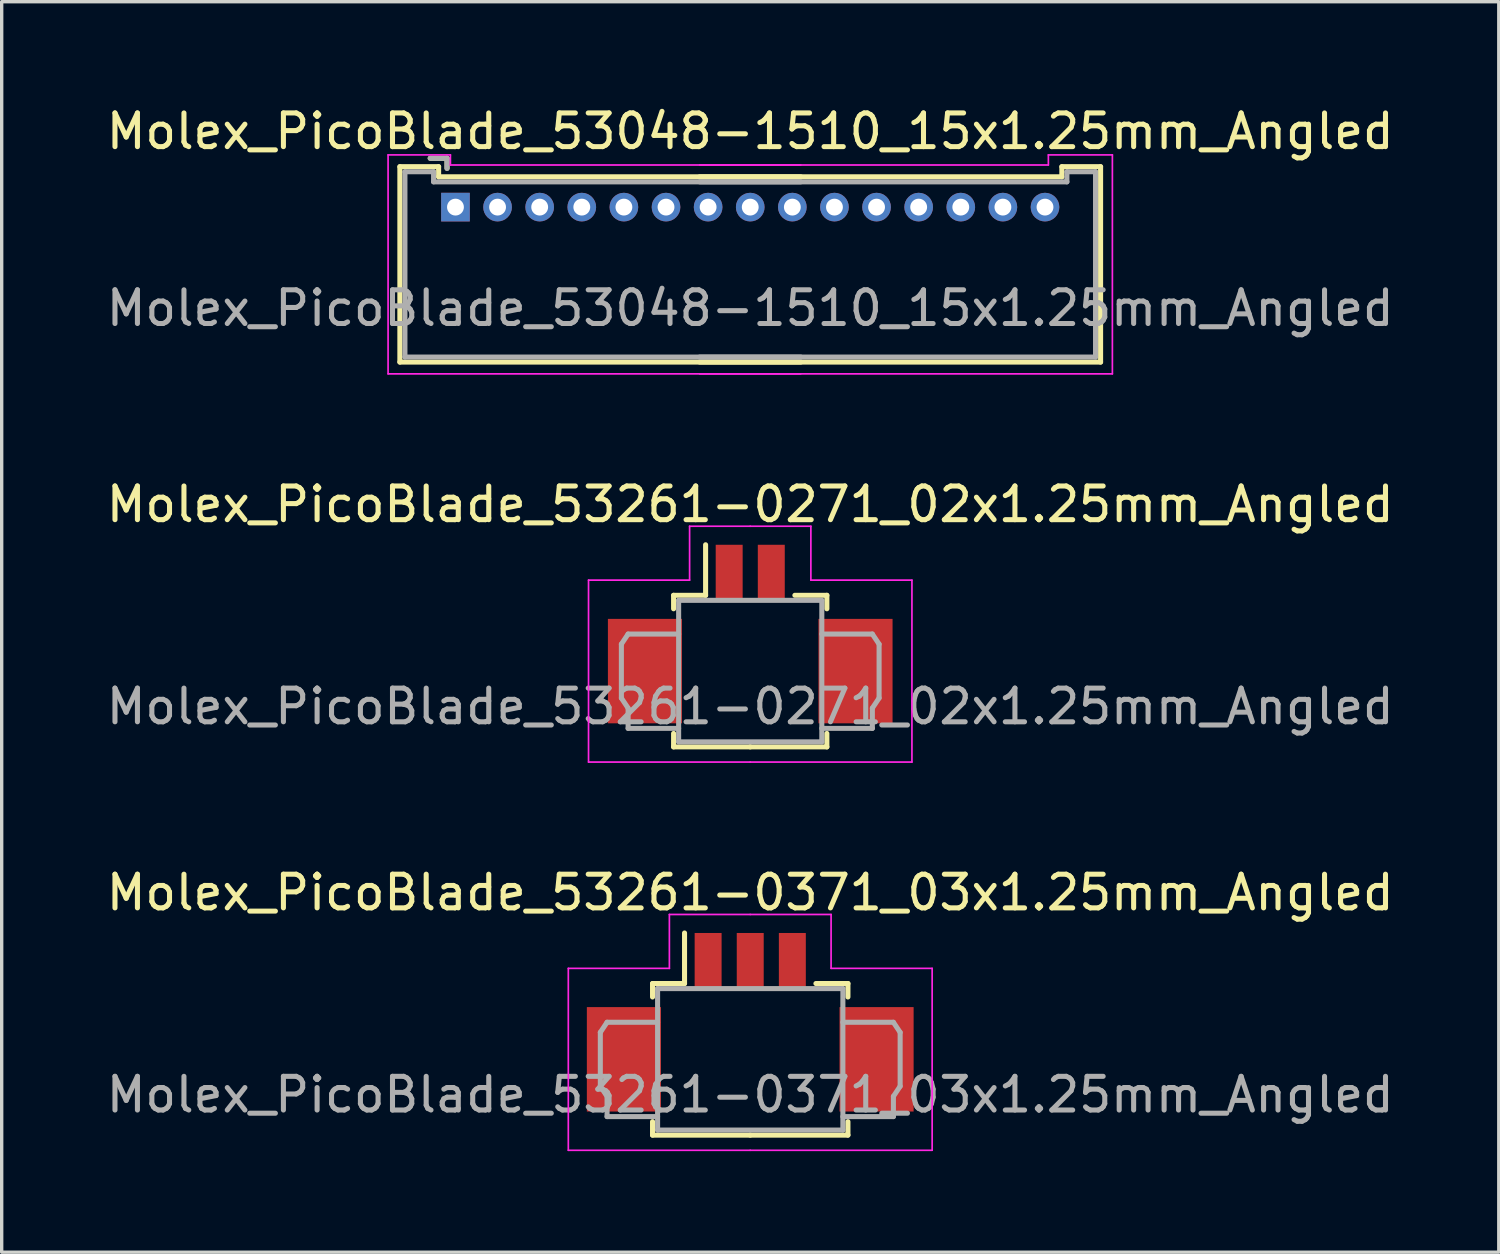
<source format=kicad_pcb>
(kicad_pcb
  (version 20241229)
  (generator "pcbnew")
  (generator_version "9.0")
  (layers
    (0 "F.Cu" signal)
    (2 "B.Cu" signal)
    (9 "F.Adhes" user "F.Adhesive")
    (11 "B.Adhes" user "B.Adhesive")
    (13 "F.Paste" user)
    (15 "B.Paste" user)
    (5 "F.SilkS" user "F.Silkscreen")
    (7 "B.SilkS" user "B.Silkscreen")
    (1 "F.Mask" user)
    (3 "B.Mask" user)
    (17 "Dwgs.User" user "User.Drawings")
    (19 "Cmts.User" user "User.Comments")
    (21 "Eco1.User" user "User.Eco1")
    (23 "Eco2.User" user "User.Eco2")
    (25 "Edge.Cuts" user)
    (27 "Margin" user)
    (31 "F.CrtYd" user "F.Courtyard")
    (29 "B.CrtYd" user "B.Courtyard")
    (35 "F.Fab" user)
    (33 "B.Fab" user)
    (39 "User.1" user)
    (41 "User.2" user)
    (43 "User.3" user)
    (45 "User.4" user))
  (footprint "Molex_PicoBlade_53261-0271_02x1.25mm_Angled"
    (layer "F.Cu")
    (at 19.22 15.421)
    (property "Reference" "Molex_PicoBlade_53261-0271_02x1.25mm_Angled" (at 0 -3.5 0) (layer "F.SilkS") (effects (font (size 1 1) (thickness 0.15))))
    (attr smd)
    (fp_line (start -2.275 -0.8) (end -2.275 -0.4) (stroke (width 0.15) (type solid)) (layer "F.SilkS"))
    (fp_line (start -2.275 3.3) (end -2.275 3.7) (stroke (width 0.15) (type solid)) (layer "F.SilkS"))
    (fp_line (start -2.275 3.7) (end 0 3.7) (stroke (width 0.15) (type solid)) (layer "F.SilkS"))
    (fp_line (start -1.325 -0.8) (end -2.275 -0.8) (stroke (width 0.15) (type solid)) (layer "F.SilkS"))
    (fp_line (start -1.325 -0.8) (end -1.325 -2.3) (stroke (width 0.15) (type solid)) (layer "F.SilkS"))
    (fp_line (start 1.325 -0.8) (end 2.275 -0.8) (stroke (width 0.15) (type solid)) (layer "F.SilkS"))
    (fp_line (start 2.275 -0.8) (end 2.275 -0.4) (stroke (width 0.15) (type solid)) (layer "F.SilkS"))
    (fp_line (start 2.275 3.3) (end 2.275 3.7) (stroke (width 0.15) (type solid)) (layer "F.SilkS"))
    (fp_line (start 2.275 3.7) (end 0 3.7) (stroke (width 0.15) (type solid)) (layer "F.SilkS"))
    (fp_line (start -4.8 -1.25) (end -4.8 4.15) (stroke (width 0.05) (type solid)) (layer "F.CrtYd"))
    (fp_line (start -4.8 4.15) (end 0 4.15) (stroke (width 0.05) (type solid)) (layer "F.CrtYd"))
    (fp_line (start -1.8 -2.85) (end -1.8 -1.25) (stroke (width 0.05) (type solid)) (layer "F.CrtYd"))
    (fp_line (start -1.8 -1.25) (end -4.8 -1.25) (stroke (width 0.05) (type solid)) (layer "F.CrtYd"))
    (fp_line (start 0 -2.85) (end -1.8 -2.85) (stroke (width 0.05) (type solid)) (layer "F.CrtYd"))
    (fp_line (start 0 -2.85) (end 1.8 -2.85) (stroke (width 0.05) (type solid)) (layer "F.CrtYd"))
    (fp_line (start 1.8 -2.85) (end 1.8 -1.25) (stroke (width 0.05) (type solid)) (layer "F.CrtYd"))
    (fp_line (start 1.8 -1.25) (end 4.8 -1.25) (stroke (width 0.05) (type solid)) (layer "F.CrtYd"))
    (fp_line (start 4.8 -1.25) (end 4.8 4.15) (stroke (width 0.05) (type solid)) (layer "F.CrtYd"))
    (fp_line (start 4.8 4.15) (end 0 4.15) (stroke (width 0.05) (type solid)) (layer "F.CrtYd"))
    (fp_line (start -3.825 0.65) (end -3.825 2.25) (stroke (width 0.15) (type solid)) (layer "F.Fab"))
    (fp_line (start -3.825 2.25) (end -3.625 2.55) (stroke (width 0.15) (type solid)) (layer "F.Fab"))
    (fp_line (start -3.625 0.35) (end -3.825 0.65) (stroke (width 0.15) (type solid)) (layer "F.Fab"))
    (fp_line (start -3.625 2.55) (end -3.625 3.15) (stroke (width 0.15) (type solid)) (layer "F.Fab"))
    (fp_line (start -3.625 3.15) (end -2.125 3.15) (stroke (width 0.15) (type solid)) (layer "F.Fab"))
    (fp_line (start -2.125 -0.65) (end 2.125 -0.65) (stroke (width 0.15) (type solid)) (layer "F.Fab"))
    (fp_line (start -2.125 0.35) (end -3.625 0.35) (stroke (width 0.15) (type solid)) (layer "F.Fab"))
    (fp_line (start -2.125 3.55) (end -2.125 -0.65) (stroke (width 0.15) (type solid)) (layer "F.Fab"))
    (fp_line (start 2.125 -0.65) (end 2.125 3.55) (stroke (width 0.15) (type solid)) (layer "F.Fab"))
    (fp_line (start 2.125 0.35) (end 3.625 0.35) (stroke (width 0.15) (type solid)) (layer "F.Fab"))
    (fp_line (start 2.125 3.55) (end -2.125 3.55) (stroke (width 0.15) (type solid)) (layer "F.Fab"))
    (fp_line (start 3.625 0.35) (end 3.825 0.65) (stroke (width 0.15) (type solid)) (layer "F.Fab"))
    (fp_line (start 3.625 2.55) (end 3.625 3.15) (stroke (width 0.15) (type solid)) (layer "F.Fab"))
    (fp_line (start 3.625 3.15) (end 2.125 3.15) (stroke (width 0.15) (type solid)) (layer "F.Fab"))
    (fp_line (start 3.825 0.65) (end 3.825 2.25) (stroke (width 0.15) (type solid)) (layer "F.Fab"))
    (fp_line (start 3.825 2.25) (end 3.625 2.55) (stroke (width 0.15) (type solid)) (layer "F.Fab"))
    (fp_text user "${REFERENCE}" (at 0 2.5 0) (layer "F.Fab") (effects (font (size 1 1) (thickness 0.15))))
    (pad "" smd rect (at -3.125 1.45) (size 2.2 3.1) (layers "F.Cu" "F.Mask" "F.Paste"))
    (pad "" smd rect (at 3.125 1.45) (size 2.2 3.1) (layers "F.Cu" "F.Mask" "F.Paste"))
    (pad "1" smd rect (at -0.625 -1.45) (size 0.8 1.7) (layers "F.Cu" "F.Mask" "F.Paste"))
    (pad "2" smd rect (at 0.625 -1.45) (size 0.8 1.7) (layers "F.Cu" "F.Mask" "F.Paste")))
  (footprint "Molex_PicoBlade_53261-0371_03x1.25mm_Angled"
    (layer "F.Cu")
    (at 19.22 26.945)
    (property "Reference" "Molex_PicoBlade_53261-0371_03x1.25mm_Angled" (at 0 -3.5 0) (layer "F.SilkS") (effects (font (size 1 1) (thickness 0.15))))
    (attr smd)
    (fp_line (start -2.9 -0.8) (end -2.9 -0.4) (stroke (width 0.15) (type solid)) (layer "F.SilkS"))
    (fp_line (start -2.9 3.3) (end -2.9 3.7) (stroke (width 0.15) (type solid)) (layer "F.SilkS"))
    (fp_line (start -2.9 3.7) (end 0 3.7) (stroke (width 0.15) (type solid)) (layer "F.SilkS"))
    (fp_line (start -1.95 -0.8) (end -2.9 -0.8) (stroke (width 0.15) (type solid)) (layer "F.SilkS"))
    (fp_line (start -1.95 -0.8) (end -1.95 -2.3) (stroke (width 0.15) (type solid)) (layer "F.SilkS"))
    (fp_line (start 1.95 -0.8) (end 2.9 -0.8) (stroke (width 0.15) (type solid)) (layer "F.SilkS"))
    (fp_line (start 2.9 -0.8) (end 2.9 -0.4) (stroke (width 0.15) (type solid)) (layer "F.SilkS"))
    (fp_line (start 2.9 3.3) (end 2.9 3.7) (stroke (width 0.15) (type solid)) (layer "F.SilkS"))
    (fp_line (start 2.9 3.7) (end 0 3.7) (stroke (width 0.15) (type solid)) (layer "F.SilkS"))
    (fp_line (start -5.4 -1.25) (end -5.4 4.15) (stroke (width 0.05) (type solid)) (layer "F.CrtYd"))
    (fp_line (start -5.4 4.15) (end 0 4.15) (stroke (width 0.05) (type solid)) (layer "F.CrtYd"))
    (fp_line (start -2.4 -2.85) (end -2.4 -1.25) (stroke (width 0.05) (type solid)) (layer "F.CrtYd"))
    (fp_line (start -2.4 -1.25) (end -5.4 -1.25) (stroke (width 0.05) (type solid)) (layer "F.CrtYd"))
    (fp_line (start 0 -2.85) (end -2.4 -2.85) (stroke (width 0.05) (type solid)) (layer "F.CrtYd"))
    (fp_line (start 0 -2.85) (end 2.4 -2.85) (stroke (width 0.05) (type solid)) (layer "F.CrtYd"))
    (fp_line (start 2.4 -2.85) (end 2.4 -1.25) (stroke (width 0.05) (type solid)) (layer "F.CrtYd"))
    (fp_line (start 2.4 -1.25) (end 5.4 -1.25) (stroke (width 0.05) (type solid)) (layer "F.CrtYd"))
    (fp_line (start 5.4 -1.25) (end 5.4 4.15) (stroke (width 0.05) (type solid)) (layer "F.CrtYd"))
    (fp_line (start 5.4 4.15) (end 0 4.15) (stroke (width 0.05) (type solid)) (layer "F.CrtYd"))
    (fp_line (start -4.45 0.65) (end -4.45 2.25) (stroke (width 0.15) (type solid)) (layer "F.Fab"))
    (fp_line (start -4.45 2.25) (end -4.25 2.55) (stroke (width 0.15) (type solid)) (layer "F.Fab"))
    (fp_line (start -4.25 0.35) (end -4.45 0.65) (stroke (width 0.15) (type solid)) (layer "F.Fab"))
    (fp_line (start -4.25 2.55) (end -4.25 3.15) (stroke (width 0.15) (type solid)) (layer "F.Fab"))
    (fp_line (start -4.25 3.15) (end -2.75 3.15) (stroke (width 0.15) (type solid)) (layer "F.Fab"))
    (fp_line (start -2.75 -0.65) (end 2.75 -0.65) (stroke (width 0.15) (type solid)) (layer "F.Fab"))
    (fp_line (start -2.75 0.35) (end -4.25 0.35) (stroke (width 0.15) (type solid)) (layer "F.Fab"))
    (fp_line (start -2.75 3.55) (end -2.75 -0.65) (stroke (width 0.15) (type solid)) (layer "F.Fab"))
    (fp_line (start 2.75 -0.65) (end 2.75 3.55) (stroke (width 0.15) (type solid)) (layer "F.Fab"))
    (fp_line (start 2.75 0.35) (end 4.25 0.35) (stroke (width 0.15) (type solid)) (layer "F.Fab"))
    (fp_line (start 2.75 3.55) (end -2.75 3.55) (stroke (width 0.15) (type solid)) (layer "F.Fab"))
    (fp_line (start 4.25 0.35) (end 4.45 0.65) (stroke (width 0.15) (type solid)) (layer "F.Fab"))
    (fp_line (start 4.25 2.55) (end 4.25 3.15) (stroke (width 0.15) (type solid)) (layer "F.Fab"))
    (fp_line (start 4.25 3.15) (end 2.75 3.15) (stroke (width 0.15) (type solid)) (layer "F.Fab"))
    (fp_line (start 4.45 0.65) (end 4.45 2.25) (stroke (width 0.15) (type solid)) (layer "F.Fab"))
    (fp_line (start 4.45 2.25) (end 4.25 2.55) (stroke (width 0.15) (type solid)) (layer "F.Fab"))
    (fp_text user "${REFERENCE}" (at 0 2.5 0) (layer "F.Fab") (effects (font (size 1 1) (thickness 0.15))))
    (pad "" smd rect (at -3.75 1.45) (size 2.2 3.1) (layers "F.Cu" "F.Mask" "F.Paste"))
    (pad "" smd rect (at 3.75 1.45) (size 2.2 3.1) (layers "F.Cu" "F.Mask" "F.Paste"))
    (pad "1" smd rect (at -1.25 -1.45) (size 0.8 1.7) (layers "F.Cu" "F.Mask" "F.Paste"))
    (pad "2" smd rect (at 0 -1.45) (size 0.8 1.7) (layers "F.Cu" "F.Mask" "F.Paste"))
    (pad "3" smd rect (at 1.25 -1.45) (size 0.8 1.7) (layers "F.Cu" "F.Mask" "F.Paste")))
  (footprint "Molex_PicoBlade_53048-1510_15x1.25mm_Angled"
    (layer "F.Cu")
    (at 10.47 3.098)
    (property "Reference" "Molex_PicoBlade_53048-1510_15x1.25mm_Angled" (at 8.75 -2.25 0) (layer "F.SilkS") (effects (font (size 1 1) (thickness 0.15))))
    (attr through_hole)
    (fp_line (start -1.65 -1.2) (end -1.65 4.6) (stroke (width 0.15) (type solid)) (layer "F.SilkS"))
    (fp_line (start -1.65 4.6) (end 10.25 4.6) (stroke (width 0.15) (type solid)) (layer "F.SilkS"))
    (fp_line (start -0.5 -1.2) (end -1.65 -1.2) (stroke (width 0.15) (type solid)) (layer "F.SilkS"))
    (fp_line (start -0.5 -0.9) (end -0.5 -1.2) (stroke (width 0.15) (type solid)) (layer "F.SilkS"))
    (fp_line (start -0.25 -1.45) (end -0.75 -1.45) (stroke (width 0.15) (type solid)) (layer "F.SilkS"))
    (fp_line (start -0.25 -1.15) (end -0.25 -1.45) (stroke (width 0.15) (type solid)) (layer "F.SilkS"))
    (fp_line (start 7.25 -0.9) (end 18 -0.9) (stroke (width 0.15) (type solid)) (layer "F.SilkS"))
    (fp_line (start 10.25 -0.9) (end -0.5 -0.9) (stroke (width 0.15) (type solid)) (layer "F.SilkS"))
    (fp_line (start 18 -1.2) (end 19.15 -1.2) (stroke (width 0.15) (type solid)) (layer "F.SilkS"))
    (fp_line (start 18 -0.9) (end 18 -1.2) (stroke (width 0.15) (type solid)) (layer "F.SilkS"))
    (fp_line (start 19.15 -1.2) (end 19.15 4.6) (stroke (width 0.15) (type solid)) (layer "F.SilkS"))
    (fp_line (start 19.15 4.6) (end 7.25 4.6) (stroke (width 0.15) (type solid)) (layer "F.SilkS"))
    (fp_line (start -2 -1.55) (end -2 4.95) (stroke (width 0.05) (type solid)) (layer "F.CrtYd"))
    (fp_line (start -2 4.95) (end 10.25 4.95) (stroke (width 0.05) (type solid)) (layer "F.CrtYd"))
    (fp_line (start -0.15 -1.55) (end -2 -1.55) (stroke (width 0.05) (type solid)) (layer "F.CrtYd"))
    (fp_line (start -0.15 -1.25) (end -0.15 -1.55) (stroke (width 0.05) (type solid)) (layer "F.CrtYd"))
    (fp_line (start 7.25 -1.25) (end 17.6 -1.25) (stroke (width 0.05) (type solid)) (layer "F.CrtYd"))
    (fp_line (start 10.25 -1.25) (end -0.15 -1.25) (stroke (width 0.05) (type solid)) (layer "F.CrtYd"))
    (fp_line (start 17.6 -1.55) (end 19.5 -1.55) (stroke (width 0.05) (type solid)) (layer "F.CrtYd"))
    (fp_line (start 17.6 -1.25) (end 17.6 -1.55) (stroke (width 0.05) (type solid)) (layer "F.CrtYd"))
    (fp_line (start 19.5 -1.55) (end 19.5 4.95) (stroke (width 0.05) (type solid)) (layer "F.CrtYd"))
    (fp_line (start 19.5 4.95) (end 7.25 4.95) (stroke (width 0.05) (type solid)) (layer "F.CrtYd"))
    (fp_line (start -1.5 -1.05) (end -1.5 4.45) (stroke (width 0.15) (type solid)) (layer "F.Fab"))
    (fp_line (start -1.5 4.45) (end 10.25 4.45) (stroke (width 0.15) (type solid)) (layer "F.Fab"))
    (fp_line (start -0.65 -1.05) (end -1.5 -1.05) (stroke (width 0.15) (type solid)) (layer "F.Fab"))
    (fp_line (start -0.65 -0.75) (end -0.65 -1.05) (stroke (width 0.15) (type solid)) (layer "F.Fab"))
    (fp_line (start -0.25 -1.45) (end -0.75 -1.45) (stroke (width 0.15) (type solid)) (layer "F.Fab"))
    (fp_line (start -0.25 -1.15) (end -0.25 -1.45) (stroke (width 0.15) (type solid)) (layer "F.Fab"))
    (fp_line (start 7.25 -0.75) (end 18.15 -0.75) (stroke (width 0.15) (type solid)) (layer "F.Fab"))
    (fp_line (start 10.25 -0.75) (end -0.65 -0.75) (stroke (width 0.15) (type solid)) (layer "F.Fab"))
    (fp_line (start 18.15 -1.05) (end 19 -1.05) (stroke (width 0.15) (type solid)) (layer "F.Fab"))
    (fp_line (start 18.15 -0.75) (end 18.15 -1.05) (stroke (width 0.15) (type solid)) (layer "F.Fab"))
    (fp_line (start 19 -1.05) (end 19 4.45) (stroke (width 0.15) (type solid)) (layer "F.Fab"))
    (fp_line (start 19 4.45) (end 7.25 4.45) (stroke (width 0.15) (type solid)) (layer "F.Fab"))
    (fp_text user "${REFERENCE}" (at 8.75 3 0) (layer "F.Fab") (effects (font (size 1 1) (thickness 0.15))))
    (pad "1" thru_hole rect (at 0 0) (size 0.85 0.85) (drill 0.5) (layers "*.Cu" "*.Mask"))
    (pad "2" thru_hole circle (at 1.25 0) (size 0.85 0.85) (drill 0.5) (layers "*.Cu" "*.Mask"))
    (pad "3" thru_hole circle (at 2.5 0) (size 0.85 0.85) (drill 0.5) (layers "*.Cu" "*.Mask"))
    (pad "4" thru_hole circle (at 3.75 0) (size 0.85 0.85) (drill 0.5) (layers "*.Cu" "*.Mask"))
    (pad "5" thru_hole circle (at 5 0) (size 0.85 0.85) (drill 0.5) (layers "*.Cu" "*.Mask"))
    (pad "6" thru_hole circle (at 6.25 0) (size 0.85 0.85) (drill 0.5) (layers "*.Cu" "*.Mask"))
    (pad "7" thru_hole circle (at 7.5 0) (size 0.85 0.85) (drill 0.5) (layers "*.Cu" "*.Mask"))
    (pad "8" thru_hole circle (at 8.75 0) (size 0.85 0.85) (drill 0.5) (layers "*.Cu" "*.Mask"))
    (pad "9" thru_hole circle (at 10 0) (size 0.85 0.85) (drill 0.5) (layers "*.Cu" "*.Mask"))
    (pad "10" thru_hole circle (at 11.25 0) (size 0.85 0.85) (drill 0.5) (layers "*.Cu" "*.Mask"))
    (pad "11" thru_hole circle (at 12.5 0) (size 0.85 0.85) (drill 0.5) (layers "*.Cu" "*.Mask"))
    (pad "12" thru_hole circle (at 13.75 0) (size 0.85 0.85) (drill 0.5) (layers "*.Cu" "*.Mask"))
    (pad "13" thru_hole circle (at 15 0) (size 0.85 0.85) (drill 0.5) (layers "*.Cu" "*.Mask"))
    (pad "14" thru_hole circle (at 16.25 0) (size 0.85 0.85) (drill 0.5) (layers "*.Cu" "*.Mask"))
    (pad "15" thru_hole circle (at 17.5 0) (size 0.85 0.85) (drill 0.5) (layers "*.Cu" "*.Mask")))
  (gr_rect
    (start -3 -3)
    (end 41.44 34.12)
    (stroke (width 0.1) (type default))
    (fill no)
    (layer "Edge.Cuts")))
</source>
